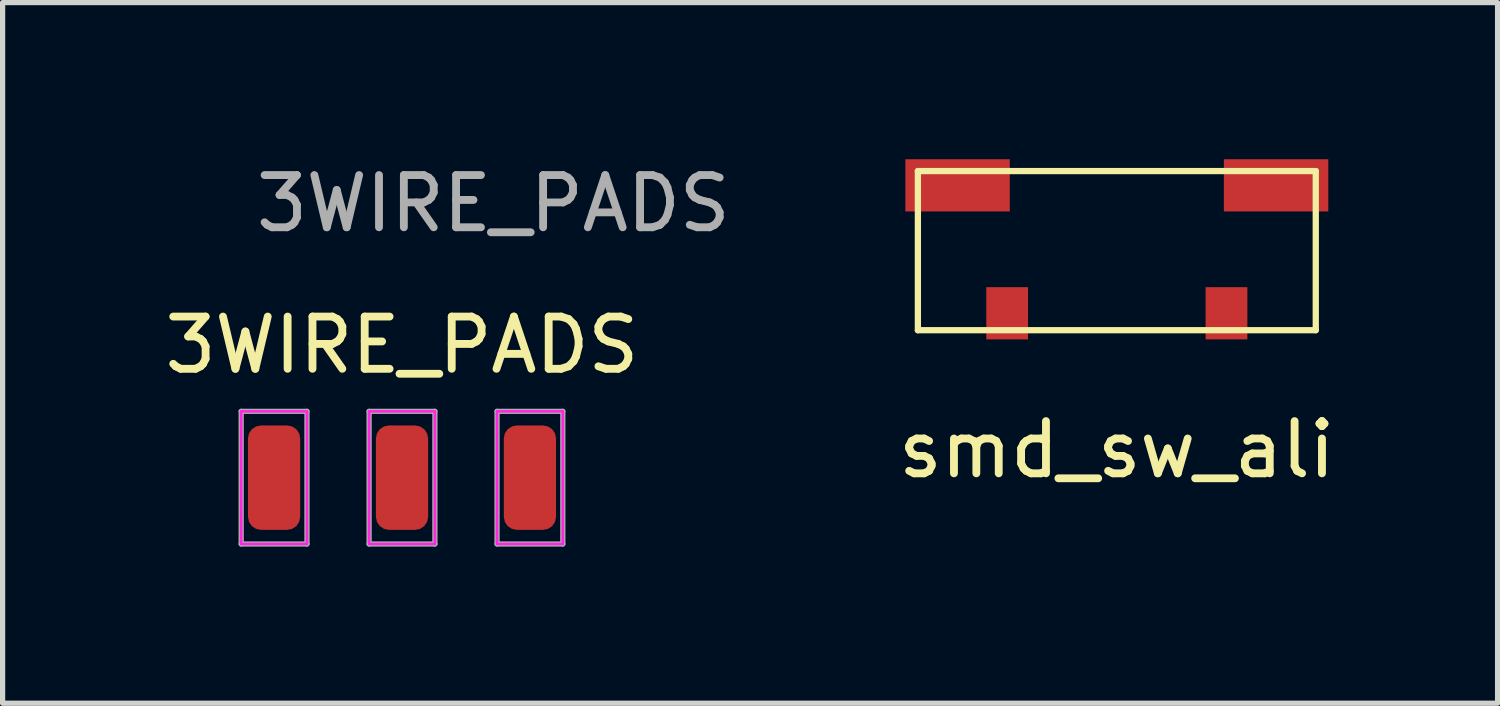
<source format=kicad_pcb>
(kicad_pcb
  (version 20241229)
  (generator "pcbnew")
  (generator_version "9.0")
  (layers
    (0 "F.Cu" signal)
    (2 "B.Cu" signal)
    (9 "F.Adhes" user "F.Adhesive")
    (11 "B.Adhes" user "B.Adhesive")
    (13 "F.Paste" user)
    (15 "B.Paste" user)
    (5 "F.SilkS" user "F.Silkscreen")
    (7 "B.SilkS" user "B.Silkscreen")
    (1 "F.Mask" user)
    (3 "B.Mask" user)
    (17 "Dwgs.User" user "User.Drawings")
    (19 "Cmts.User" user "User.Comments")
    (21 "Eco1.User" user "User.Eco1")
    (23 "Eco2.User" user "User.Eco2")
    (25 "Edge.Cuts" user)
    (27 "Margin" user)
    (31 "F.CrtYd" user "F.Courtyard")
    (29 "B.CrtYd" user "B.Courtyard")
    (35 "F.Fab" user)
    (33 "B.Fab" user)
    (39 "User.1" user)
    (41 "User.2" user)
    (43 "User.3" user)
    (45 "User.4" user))
  (footprint "smd_sw_ali"
    (layer "F.Cu")
    (at 18.339 1.75)
    (property "Reference" "smd_sw_ali" (at 0 3.81 0) (layer "F.SilkS") (effects (font (size 1 1) (thickness 0.15))))
    (attr through_hole)
    (fp_line (start -3.81 -1.524) (end 3.81 -1.524) (stroke (width 0.12) (type solid)) (layer "F.SilkS"))
    (fp_line (start -3.81 1.524) (end -3.81 -1.524) (stroke (width 0.12) (type solid)) (layer "F.SilkS"))
    (fp_line (start 3.81 -1.524) (end 3.81 1.524) (stroke (width 0.12) (type solid)) (layer "F.SilkS"))
    (fp_line (start 3.81 1.524) (end -3.81 1.524) (stroke (width 0.12) (type solid)) (layer "F.SilkS"))
    (pad "0" smd rect (at -3.05 -1.25) (size 2 1) (layers "F.Cu" "F.Mask" "F.Paste"))
    (pad "0" smd rect (at 3.05 -1.25) (size 2 1) (layers "F.Cu" "F.Mask" "F.Paste"))
    (pad "1" smd rect (at -2.1 1.2) (size 0.8 1) (layers "F.Cu" "F.Mask" "F.Paste"))
    (pad "2" smd rect (at 2.1 1.2) (size 0.8 1) (layers "F.Cu" "F.Mask" "F.Paste")))
  (footprint "3WIRE_PADS"
    (layer "F.Cu")
    (at 4.649 6.098)
    (property "Reference" "3WIRE_PADS" (at 0 -2.54 0) (layer "F.SilkS") (effects (font (size 1 1) (thickness 0.15))))
    (attr exclude_from_pos_files exclude_from_bom)
    (fp_line (start -3.08 -1.27) (end -3.08 1.27) (stroke (width 0.05) (type solid)) (layer "F.CrtYd"))
    (fp_line (start -3.08 1.27) (end -1.82 1.27) (stroke (width 0.05) (type solid)) (layer "F.CrtYd"))
    (fp_line (start -1.82 -1.27) (end -3.08 -1.27) (stroke (width 0.05) (type solid)) (layer "F.CrtYd"))
    (fp_line (start -1.82 1.27) (end -1.82 -1.27) (stroke (width 0.05) (type solid)) (layer "F.CrtYd"))
    (fp_line (start -0.63 -1.27) (end -0.63 1.27) (stroke (width 0.05) (type solid)) (layer "F.CrtYd"))
    (fp_line (start -0.63 1.27) (end 0.63 1.27) (stroke (width 0.05) (type solid)) (layer "F.CrtYd"))
    (fp_line (start 0.63 -1.27) (end -0.63 -1.27) (stroke (width 0.05) (type solid)) (layer "F.CrtYd"))
    (fp_line (start 0.63 1.27) (end 0.63 -1.27) (stroke (width 0.05) (type solid)) (layer "F.CrtYd"))
    (fp_line (start 1.82 -1.27) (end 1.82 1.27) (stroke (width 0.05) (type solid)) (layer "F.CrtYd"))
    (fp_line (start 1.82 1.27) (end 3.08 1.27) (stroke (width 0.05) (type solid)) (layer "F.CrtYd"))
    (fp_line (start 3.08 -1.27) (end 1.82 -1.27) (stroke (width 0.05) (type solid)) (layer "F.CrtYd"))
    (fp_line (start 3.08 1.27) (end 3.08 -1.27) (stroke (width 0.05) (type solid)) (layer "F.CrtYd"))
    (fp_line (start -3.08 -1.27) (end -1.82 -1.27) (stroke (width 0.1) (type solid)) (layer "F.Fab"))
    (fp_line (start -3.08 1.27) (end -3.08 -1.27) (stroke (width 0.1) (type solid)) (layer "F.Fab"))
    (fp_line (start -1.82 -1.27) (end -1.82 1.27) (stroke (width 0.1) (type solid)) (layer "F.Fab"))
    (fp_line (start -1.82 1.27) (end -3.08 1.27) (stroke (width 0.1) (type solid)) (layer "F.Fab"))
    (fp_line (start -0.63 -1.27) (end 0.63 -1.27) (stroke (width 0.1) (type solid)) (layer "F.Fab"))
    (fp_line (start -0.63 1.27) (end -0.63 -1.27) (stroke (width 0.1) (type solid)) (layer "F.Fab"))
    (fp_line (start 0.63 -1.27) (end 0.63 1.27) (stroke (width 0.1) (type solid)) (layer "F.Fab"))
    (fp_line (start 0.63 1.27) (end -0.63 1.27) (stroke (width 0.1) (type solid)) (layer "F.Fab"))
    (fp_line (start 1.82 -1.27) (end 3.08 -1.27) (stroke (width 0.1) (type solid)) (layer "F.Fab"))
    (fp_line (start 1.82 1.27) (end 1.82 -1.27) (stroke (width 0.1) (type solid)) (layer "F.Fab"))
    (fp_line (start 3.08 -1.27) (end 3.08 1.27) (stroke (width 0.1) (type solid)) (layer "F.Fab"))
    (fp_line (start 3.08 1.27) (end 1.82 1.27) (stroke (width 0.1) (type solid)) (layer "F.Fab"))
    (fp_text user "${REFERENCE}" (at 1.75 -5.25 0) (layer "F.Fab") (effects (font (size 1 1) (thickness 0.15))))
    (pad "1" smd roundrect (at -2.45 0) (size 1 2) (layers "F.Cu" "F.Mask" "F.Paste") (roundrect_rratio 0.25))
    (pad "2" smd roundrect (at 0 0) (size 1 2) (layers "F.Cu" "F.Mask" "F.Paste") (roundrect_rratio 0.25))
    (pad "3" smd roundrect (at 2.45 0) (size 1 2) (layers "F.Cu" "F.Mask" "F.Paste") (roundrect_rratio 0.25)))
  (gr_rect
    (start -3 -3)
    (end 25.631 10.418)
    (stroke (width 0.1) (type default))
    (fill no)
    (layer "Edge.Cuts")))
</source>
